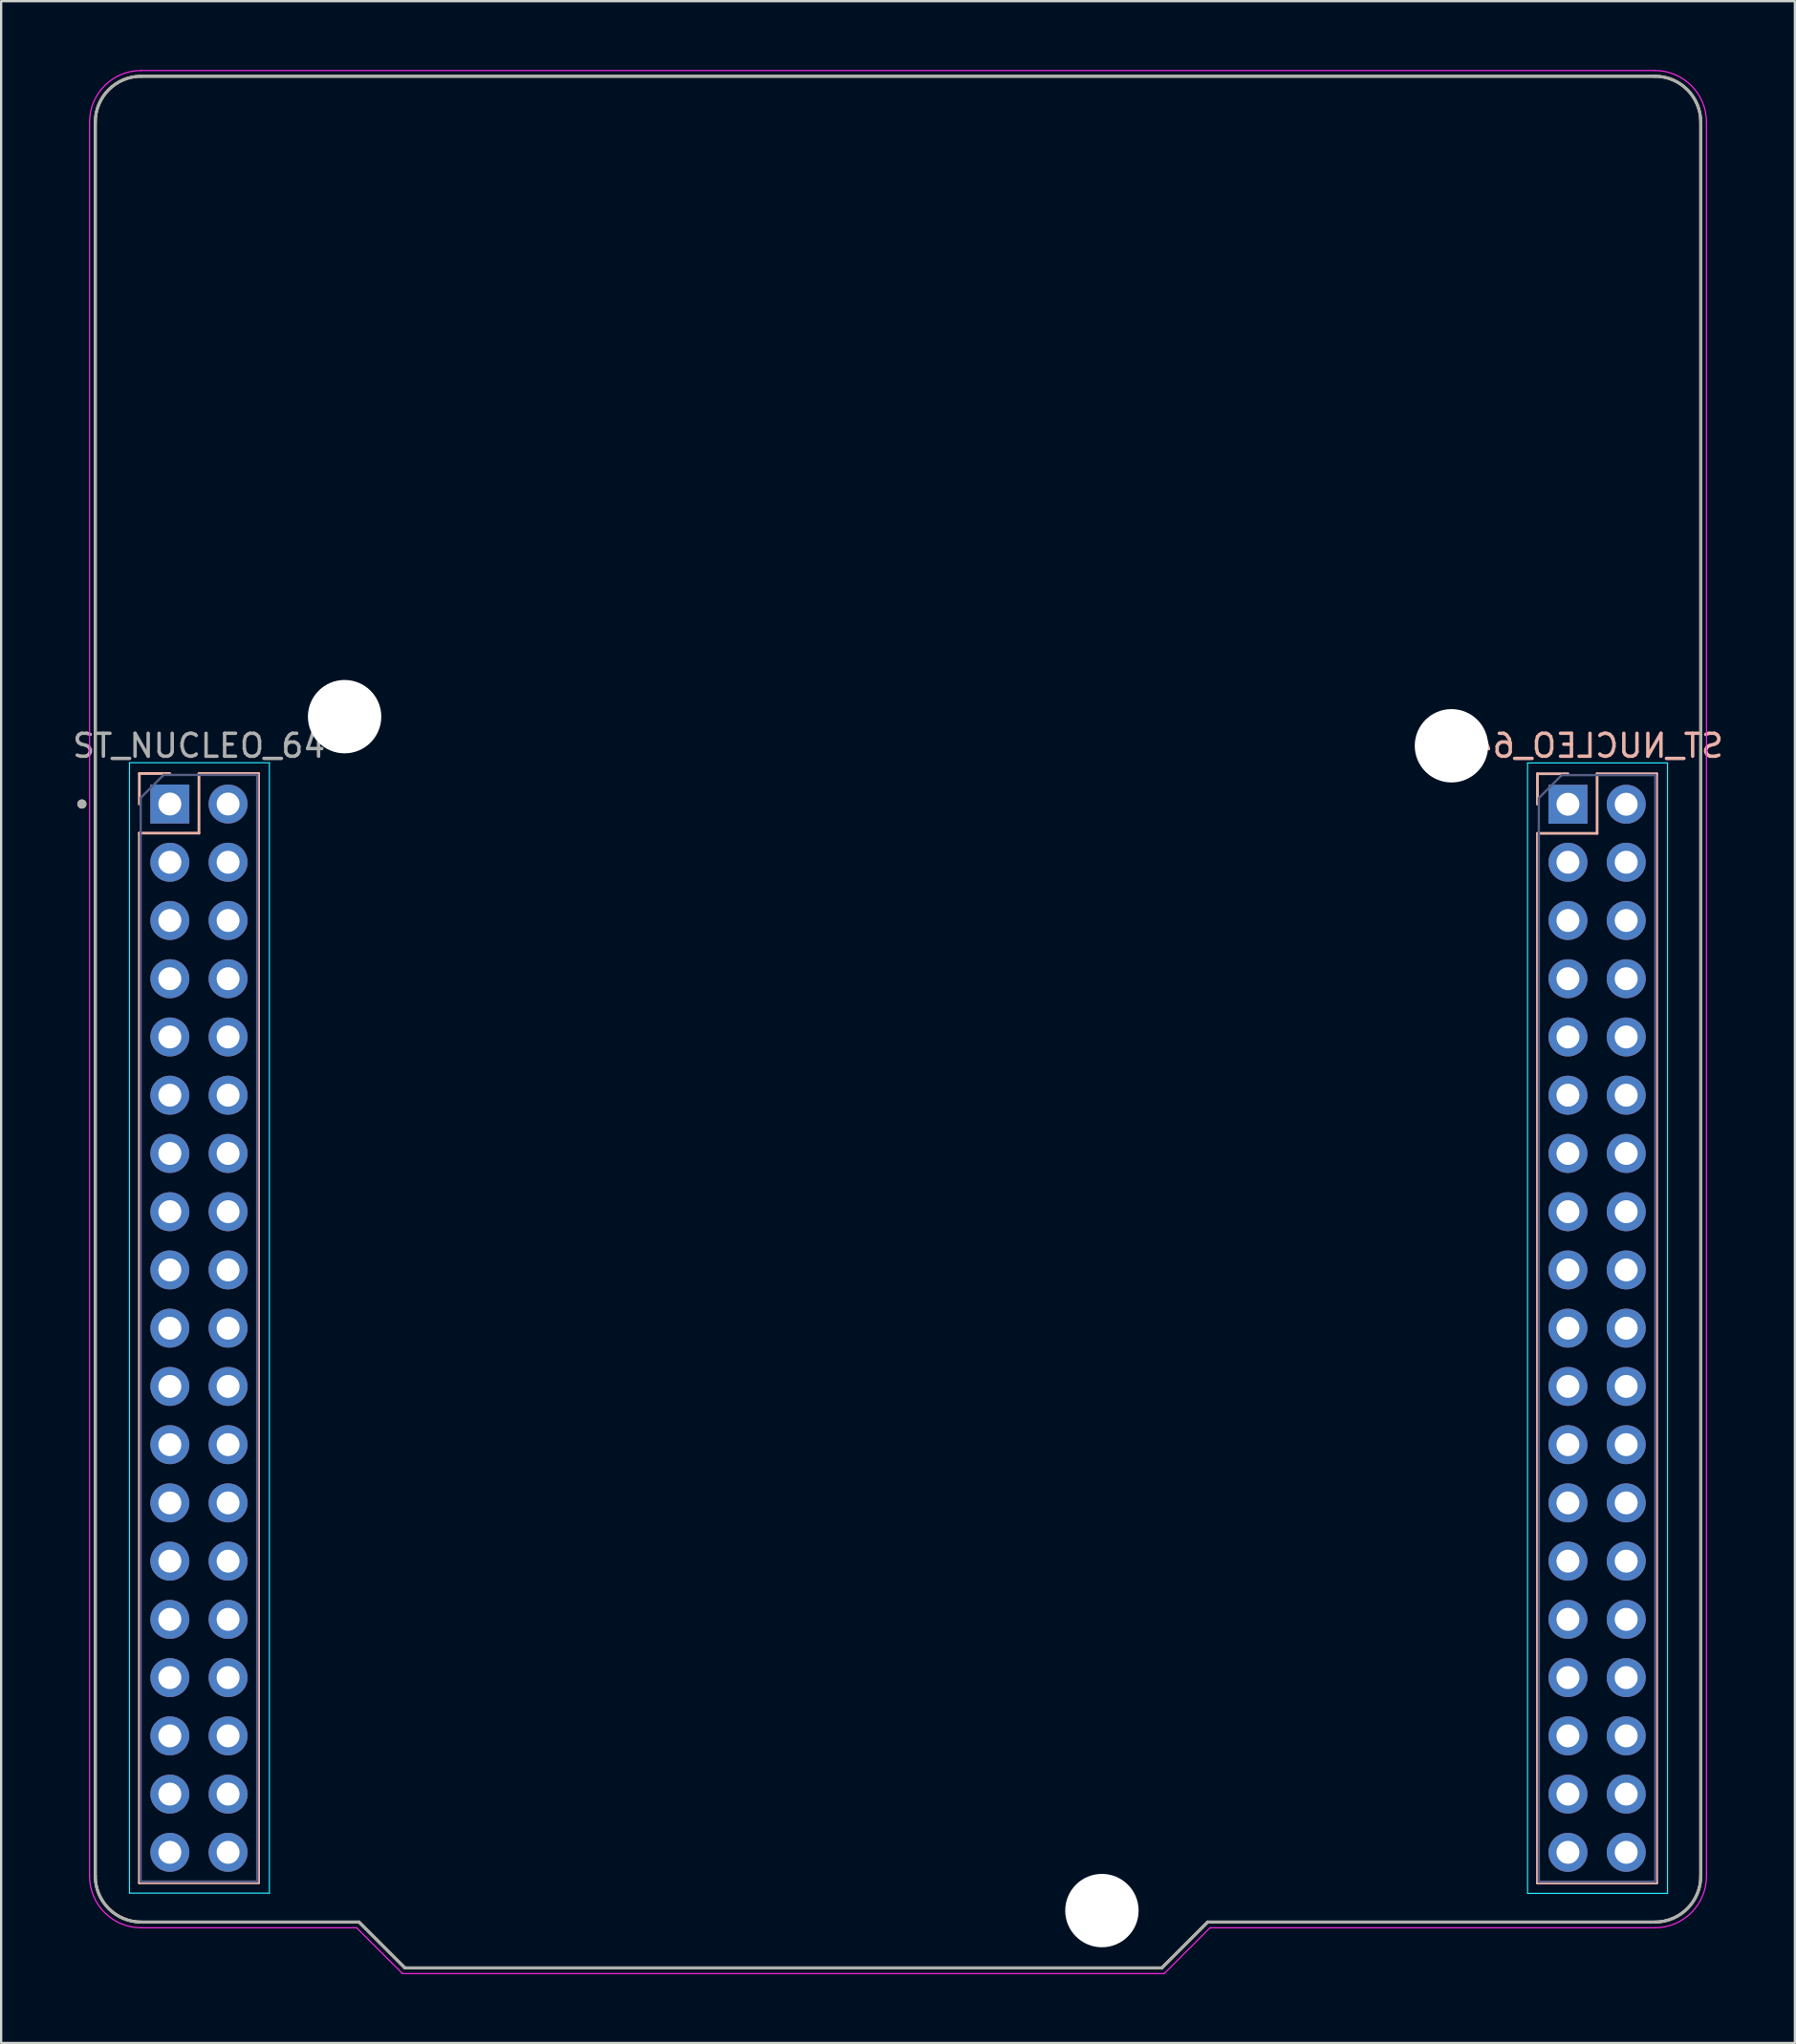
<source format=kicad_pcb>
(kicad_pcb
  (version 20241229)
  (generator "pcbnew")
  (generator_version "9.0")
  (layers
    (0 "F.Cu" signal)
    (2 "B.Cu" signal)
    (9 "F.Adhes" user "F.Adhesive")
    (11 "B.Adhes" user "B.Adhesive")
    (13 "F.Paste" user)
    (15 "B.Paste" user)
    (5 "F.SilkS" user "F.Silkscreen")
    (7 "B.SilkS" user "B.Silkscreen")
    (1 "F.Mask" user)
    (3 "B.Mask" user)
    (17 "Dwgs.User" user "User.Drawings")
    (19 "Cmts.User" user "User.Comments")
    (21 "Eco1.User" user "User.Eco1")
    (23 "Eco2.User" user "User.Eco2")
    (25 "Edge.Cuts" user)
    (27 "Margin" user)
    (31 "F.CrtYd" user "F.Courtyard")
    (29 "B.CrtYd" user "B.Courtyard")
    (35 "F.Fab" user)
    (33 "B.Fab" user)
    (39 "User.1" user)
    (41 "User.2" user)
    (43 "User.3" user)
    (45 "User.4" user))
  (footprint "ST_NUCLEO_64"
    (layer "F.Cu")
    (at 36.105 54.875)
    (property "Reference" "ST_NUCLEO_64" (at 30.48 -25.4 0) (layer "B.SilkS") (effects (font (size 1 1) (thickness 0.15)) (justify mirror)))
    (attr through_hole)
    (fp_line (start -35 -52.6) (end -35 23.9) (stroke (width 0.127) (type solid)) (layer "F.SilkS"))
    (fp_line (start -33 -54.6) (end 33 -54.6) (stroke (width 0.127) (type solid)) (layer "F.SilkS"))
    (fp_line (start -33 25.9) (end -23.5 25.9) (stroke (width 0.127) (type solid)) (layer "F.SilkS"))
    (fp_line (start -23.5 25.9) (end -21.5 27.9) (stroke (width 0.127) (type solid)) (layer "F.SilkS"))
    (fp_line (start -21.5 27.9) (end 11.5 27.9) (stroke (width 0.127) (type solid)) (layer "F.SilkS"))
    (fp_line (start 11.5 27.9) (end 13.5 25.9) (stroke (width 0.127) (type solid)) (layer "F.SilkS"))
    (fp_line (start 13.5 25.9) (end 33 25.9) (stroke (width 0.127) (type solid)) (layer "F.SilkS"))
    (fp_line (start 35 23.9) (end 35 -52.6) (stroke (width 0.127) (type solid)) (layer "F.SilkS"))
    (fp_arc (start -35 -52.6) (mid -34.414214 -54.014214) (end -33 -54.6) (stroke (width 0.127) (type solid)) (layer "F.SilkS"))
    (fp_arc (start -33 25.9) (mid -34.414214 25.314214) (end -35 23.9) (stroke (width 0.127) (type solid)) (layer "F.SilkS"))
    (fp_arc (start 33 -54.6) (mid 34.414214 -54.014214) (end 35 -52.6) (stroke (width 0.127) (type solid)) (layer "F.SilkS"))
    (fp_arc (start 35 23.9) (mid 34.414214 25.314214) (end 33 25.9) (stroke (width 0.127) (type solid)) (layer "F.SilkS"))
    (fp_circle (center -35.585 -22.86) (end -35.485 -22.86) (stroke (width 0.2) (type solid)) (fill no) (layer "F.SilkS"))
    (fp_line (start -33.08 -24.19) (end -33.08 -22.86) (stroke (width 0.12) (type solid)) (layer "B.SilkS"))
    (fp_line (start -33.08 -21.59) (end -33.08 24.19) (stroke (width 0.12) (type solid)) (layer "B.SilkS"))
    (fp_line (start -31.75 -24.19) (end -33.08 -24.19) (stroke (width 0.12) (type solid)) (layer "B.SilkS"))
    (fp_line (start -30.48 -24.19) (end -30.48 -21.59) (stroke (width 0.12) (type solid)) (layer "B.SilkS"))
    (fp_line (start -30.48 -21.59) (end -33.08 -21.59) (stroke (width 0.12) (type solid)) (layer "B.SilkS"))
    (fp_line (start -27.88 -24.19) (end -30.48 -24.19) (stroke (width 0.12) (type solid)) (layer "B.SilkS"))
    (fp_line (start -27.88 -24.19) (end -27.88 24.19) (stroke (width 0.12) (type solid)) (layer "B.SilkS"))
    (fp_line (start -27.88 24.19) (end -33.08 24.19) (stroke (width 0.12) (type solid)) (layer "B.SilkS"))
    (fp_line (start 27.88 -24.18) (end 27.88 -22.85) (stroke (width 0.12) (type solid)) (layer "B.SilkS"))
    (fp_line (start 27.88 -21.58) (end 27.88 24.2) (stroke (width 0.12) (type solid)) (layer "B.SilkS"))
    (fp_line (start 29.21 -24.18) (end 27.88 -24.18) (stroke (width 0.12) (type solid)) (layer "B.SilkS"))
    (fp_line (start 30.48 -24.18) (end 30.48 -21.58) (stroke (width 0.12) (type solid)) (layer "B.SilkS"))
    (fp_line (start 30.48 -21.58) (end 27.88 -21.58) (stroke (width 0.12) (type solid)) (layer "B.SilkS"))
    (fp_line (start 33.08 -24.18) (end 30.48 -24.18) (stroke (width 0.12) (type solid)) (layer "B.SilkS"))
    (fp_line (start 33.08 -24.18) (end 33.08 24.2) (stroke (width 0.12) (type solid)) (layer "B.SilkS"))
    (fp_line (start 33.08 24.2) (end 27.88 24.2) (stroke (width 0.12) (type solid)) (layer "B.SilkS"))
    (fp_line (start -33.51 -24.66) (end -33.51 24.64) (stroke (width 0.05) (type solid)) (layer "B.CrtYd"))
    (fp_line (start -33.51 24.64) (end -27.41 24.64) (stroke (width 0.05) (type solid)) (layer "B.CrtYd"))
    (fp_line (start -27.41 -24.66) (end -33.51 -24.66) (stroke (width 0.05) (type solid)) (layer "B.CrtYd"))
    (fp_line (start -27.41 24.64) (end -27.41 -24.66) (stroke (width 0.05) (type solid)) (layer "B.CrtYd"))
    (fp_line (start 27.45 -24.65) (end 27.45 24.65) (stroke (width 0.05) (type solid)) (layer "B.CrtYd"))
    (fp_line (start 27.45 24.65) (end 33.55 24.65) (stroke (width 0.05) (type solid)) (layer "B.CrtYd"))
    (fp_line (start 33.55 -24.65) (end 27.45 -24.65) (stroke (width 0.05) (type solid)) (layer "B.CrtYd"))
    (fp_line (start 33.55 24.65) (end 33.55 -24.65) (stroke (width 0.05) (type solid)) (layer "B.CrtYd"))
    (fp_line (start -35.25 -52.6) (end -35.25 23.9) (stroke (width 0.05) (type solid)) (layer "F.CrtYd"))
    (fp_line (start -33 -54.85) (end 33 -54.85) (stroke (width 0.05) (type solid)) (layer "F.CrtYd"))
    (fp_line (start -33 26.15) (end -23.604 26.15) (stroke (width 0.05) (type solid)) (layer "F.CrtYd"))
    (fp_line (start -23.604 26.15) (end -21.604 28.15) (stroke (width 0.05) (type solid)) (layer "F.CrtYd"))
    (fp_line (start -21.604 28.15) (end 11.604 28.15) (stroke (width 0.05) (type solid)) (layer "F.CrtYd"))
    (fp_line (start 11.604 28.15) (end 13.604 26.15) (stroke (width 0.05) (type solid)) (layer "F.CrtYd"))
    (fp_line (start 13.604 26.15) (end 33 26.15) (stroke (width 0.05) (type solid)) (layer "F.CrtYd"))
    (fp_line (start 35.25 23.9) (end 35.25 -52.6) (stroke (width 0.05) (type solid)) (layer "F.CrtYd"))
    (fp_arc (start -35.25 -52.6) (mid -34.59099 -54.19099) (end -33 -54.85) (stroke (width 0.05) (type solid)) (layer "F.CrtYd"))
    (fp_arc (start -33 26.15) (mid -34.59099 25.49099) (end -35.25 23.9) (stroke (width 0.05) (type solid)) (layer "F.CrtYd"))
    (fp_arc (start 33 -54.85) (mid 34.59099 -54.19099) (end 35.25 -52.6) (stroke (width 0.05) (type solid)) (layer "F.CrtYd"))
    (fp_arc (start 35.25 23.9) (mid 34.59099 25.49099) (end 33 26.15) (stroke (width 0.05) (type solid)) (layer "F.CrtYd"))
    (fp_line (start -33.02 -23.13) (end -33.02 24.13) (stroke (width 0.1) (type solid)) (layer "B.Fab"))
    (fp_line (start -33.02 24.13) (end -27.94 24.13) (stroke (width 0.1) (type solid)) (layer "B.Fab"))
    (fp_line (start -32.02 -24.13) (end -33.02 -23.13) (stroke (width 0.1) (type solid)) (layer "B.Fab"))
    (fp_line (start -27.94 -24.13) (end -32.02 -24.13) (stroke (width 0.1) (type solid)) (layer "B.Fab"))
    (fp_line (start -27.94 24.13) (end -27.94 -24.13) (stroke (width 0.1) (type solid)) (layer "B.Fab"))
    (fp_line (start 27.94 -23.12) (end 27.94 24.14) (stroke (width 0.1) (type solid)) (layer "B.Fab"))
    (fp_line (start 27.94 24.14) (end 33.02 24.14) (stroke (width 0.1) (type solid)) (layer "B.Fab"))
    (fp_line (start 28.94 -24.12) (end 27.94 -23.12) (stroke (width 0.1) (type solid)) (layer "B.Fab"))
    (fp_line (start 33.02 -24.12) (end 28.94 -24.12) (stroke (width 0.1) (type solid)) (layer "B.Fab"))
    (fp_line (start 33.02 24.14) (end 33.02 -24.12) (stroke (width 0.1) (type solid)) (layer "B.Fab"))
    (fp_line (start -35 -52.6) (end -35 23.9) (stroke (width 0.127) (type solid)) (layer "F.Fab"))
    (fp_line (start -33 -54.6) (end 33 -54.6) (stroke (width 0.127) (type solid)) (layer "F.Fab"))
    (fp_line (start -33 25.9) (end -23.5 25.9) (stroke (width 0.127) (type solid)) (layer "F.Fab"))
    (fp_line (start -23.5 25.9) (end -21.5 27.9) (stroke (width 0.127) (type solid)) (layer "F.Fab"))
    (fp_line (start -21.5 27.9) (end 11.5 27.9) (stroke (width 0.127) (type solid)) (layer "F.Fab"))
    (fp_line (start 11.5 27.9) (end 13.5 25.9) (stroke (width 0.127) (type solid)) (layer "F.Fab"))
    (fp_line (start 13.5 25.9) (end 33 25.9) (stroke (width 0.127) (type solid)) (layer "F.Fab"))
    (fp_line (start 35 23.9) (end 35 -52.6) (stroke (width 0.127) (type solid)) (layer "F.Fab"))
    (fp_arc (start -35 -52.6) (mid -34.414214 -54.014214) (end -33 -54.6) (stroke (width 0.127) (type solid)) (layer "F.Fab"))
    (fp_arc (start -33 25.9) (mid -34.414214 25.314214) (end -35 23.9) (stroke (width 0.127) (type solid)) (layer "F.Fab"))
    (fp_arc (start 33 -54.6) (mid 34.414214 -54.014214) (end 35 -52.6) (stroke (width 0.127) (type solid)) (layer "F.Fab"))
    (fp_arc (start 35 23.9) (mid 34.414214 25.314214) (end 33 25.9) (stroke (width 0.127) (type solid)) (layer "F.Fab"))
    (fp_circle (center -35.585 -22.86) (end -35.485 -22.86) (stroke (width 0.2) (type solid)) (fill no) (layer "F.Fab"))
    (fp_text user "${REFERENCE}" (at -30.48 -25.4 180) (layer "F.Fab") (effects (font (size 1 1) (thickness 0.15))))
    (pad "" np_thru_hole circle (at -24.13 -26.67) (size 3.2 3.2) (drill 3.2) (layers "*.Cu" "*.Mask"))
    (pad "" np_thru_hole circle (at 8.89 25.4) (size 3.2 3.2) (drill 3.2) (layers "*.Cu" "*.Mask"))
    (pad "" np_thru_hole circle (at 24.13 -25.4) (size 3.2 3.2) (drill 3.2) (layers "*.Cu" "*.Mask"))
    (pad "101" thru_hole rect (at -31.75 -22.86) (size 1.7 1.7) (drill 1) (layers "*.Cu" "*.Mask"))
    (pad "102" thru_hole oval (at -29.21 -22.86) (size 1.7 1.7) (drill 1) (layers "*.Cu" "*.Mask"))
    (pad "103" thru_hole oval (at -31.75 -20.32) (size 1.7 1.7) (drill 1) (layers "*.Cu" "*.Mask"))
    (pad "104" thru_hole oval (at -29.21 -20.32) (size 1.7 1.7) (drill 1) (layers "*.Cu" "*.Mask"))
    (pad "105" thru_hole oval (at -31.75 -17.78) (size 1.7 1.7) (drill 1) (layers "*.Cu" "*.Mask"))
    (pad "106" thru_hole oval (at -29.21 -17.78) (size 1.7 1.7) (drill 1) (layers "*.Cu" "*.Mask"))
    (pad "107" thru_hole oval (at -31.75 -15.24) (size 1.7 1.7) (drill 1) (layers "*.Cu" "*.Mask"))
    (pad "108" thru_hole oval (at -29.21 -15.24) (size 1.7 1.7) (drill 1) (layers "*.Cu" "*.Mask"))
    (pad "109" thru_hole oval (at -31.75 -12.7) (size 1.7 1.7) (drill 1) (layers "*.Cu" "*.Mask"))
    (pad "110" thru_hole oval (at -29.21 -12.7) (size 1.7 1.7) (drill 1) (layers "*.Cu" "*.Mask"))
    (pad "111" thru_hole oval (at -31.75 -10.16) (size 1.7 1.7) (drill 1) (layers "*.Cu" "*.Mask"))
    (pad "112" thru_hole oval (at -29.21 -10.16) (size 1.7 1.7) (drill 1) (layers "*.Cu" "*.Mask"))
    (pad "113" thru_hole oval (at -31.75 -7.62) (size 1.7 1.7) (drill 1) (layers "*.Cu" "*.Mask"))
    (pad "114" thru_hole oval (at -29.21 -7.62) (size 1.7 1.7) (drill 1) (layers "*.Cu" "*.Mask"))
    (pad "115" thru_hole oval (at -31.75 -5.08) (size 1.7 1.7) (drill 1) (layers "*.Cu" "*.Mask"))
    (pad "116" thru_hole oval (at -29.21 -5.08) (size 1.7 1.7) (drill 1) (layers "*.Cu" "*.Mask"))
    (pad "117" thru_hole oval (at -31.75 -2.54) (size 1.7 1.7) (drill 1) (layers "*.Cu" "*.Mask"))
    (pad "118" thru_hole oval (at -29.21 -2.54) (size 1.7 1.7) (drill 1) (layers "*.Cu" "*.Mask"))
    (pad "119" thru_hole oval (at -31.75 0) (size 1.7 1.7) (drill 1) (layers "*.Cu" "*.Mask"))
    (pad "120" thru_hole oval (at -29.21 0) (size 1.7 1.7) (drill 1) (layers "*.Cu" "*.Mask"))
    (pad "121" thru_hole oval (at -31.75 2.54) (size 1.7 1.7) (drill 1) (layers "*.Cu" "*.Mask"))
    (pad "122" thru_hole oval (at -29.21 2.54) (size 1.7 1.7) (drill 1) (layers "*.Cu" "*.Mask"))
    (pad "123" thru_hole oval (at -31.75 5.08) (size 1.7 1.7) (drill 1) (layers "*.Cu" "*.Mask"))
    (pad "124" thru_hole oval (at -29.21 5.08) (size 1.7 1.7) (drill 1) (layers "*.Cu" "*.Mask"))
    (pad "125" thru_hole oval (at -31.75 7.62) (size 1.7 1.7) (drill 1) (layers "*.Cu" "*.Mask"))
    (pad "126" thru_hole oval (at -29.21 7.62) (size 1.7 1.7) (drill 1) (layers "*.Cu" "*.Mask"))
    (pad "127" thru_hole oval (at -31.75 10.16) (size 1.7 1.7) (drill 1) (layers "*.Cu" "*.Mask"))
    (pad "128" thru_hole oval (at -29.21 10.16) (size 1.7 1.7) (drill 1) (layers "*.Cu" "*.Mask"))
    (pad "129" thru_hole oval (at -31.75 12.7) (size 1.7 1.7) (drill 1) (layers "*.Cu" "*.Mask"))
    (pad "130" thru_hole oval (at -29.21 12.7) (size 1.7 1.7) (drill 1) (layers "*.Cu" "*.Mask"))
    (pad "131" thru_hole oval (at -31.75 15.24) (size 1.7 1.7) (drill 1) (layers "*.Cu" "*.Mask"))
    (pad "132" thru_hole oval (at -29.21 15.24) (size 1.7 1.7) (drill 1) (layers "*.Cu" "*.Mask"))
    (pad "133" thru_hole oval (at -31.75 17.78) (size 1.7 1.7) (drill 1) (layers "*.Cu" "*.Mask"))
    (pad "134" thru_hole oval (at -29.21 17.78) (size 1.7 1.7) (drill 1) (layers "*.Cu" "*.Mask"))
    (pad "135" thru_hole oval (at -31.75 20.32) (size 1.7 1.7) (drill 1) (layers "*.Cu" "*.Mask"))
    (pad "136" thru_hole oval (at -29.21 20.32) (size 1.7 1.7) (drill 1) (layers "*.Cu" "*.Mask"))
    (pad "137" thru_hole oval (at -31.75 22.86) (size 1.7 1.7) (drill 1) (layers "*.Cu" "*.Mask"))
    (pad "138" thru_hole oval (at -29.21 22.86) (size 1.7 1.7) (drill 1) (layers "*.Cu" "*.Mask"))
    (pad "201" thru_hole rect (at 29.21 -22.85) (size 1.7 1.7) (drill 1) (layers "*.Cu" "*.Mask"))
    (pad "202" thru_hole oval (at 31.75 -22.85) (size 1.7 1.7) (drill 1) (layers "*.Cu" "*.Mask"))
    (pad "203" thru_hole oval (at 29.21 -20.32) (size 1.7 1.7) (drill 1) (layers "*.Cu" "*.Mask"))
    (pad "204" thru_hole oval (at 31.75 -20.32) (size 1.7 1.7) (drill 1) (layers "*.Cu" "*.Mask"))
    (pad "205" thru_hole oval (at 29.21 -17.78) (size 1.7 1.7) (drill 1) (layers "*.Cu" "*.Mask"))
    (pad "206" thru_hole oval (at 31.75 -17.78) (size 1.7 1.7) (drill 1) (layers "*.Cu" "*.Mask"))
    (pad "207" thru_hole oval (at 29.21 -15.24) (size 1.7 1.7) (drill 1) (layers "*.Cu" "*.Mask"))
    (pad "208" thru_hole oval (at 31.75 -15.24) (size 1.7 1.7) (drill 1) (layers "*.Cu" "*.Mask"))
    (pad "209" thru_hole oval (at 29.21 -12.7) (size 1.7 1.7) (drill 1) (layers "*.Cu" "*.Mask"))
    (pad "210" thru_hole oval (at 31.75 -12.7) (size 1.7 1.7) (drill 1) (layers "*.Cu" "*.Mask"))
    (pad "211" thru_hole oval (at 29.21 -10.16) (size 1.7 1.7) (drill 1) (layers "*.Cu" "*.Mask"))
    (pad "212" thru_hole oval (at 31.75 -10.16) (size 1.7 1.7) (drill 1) (layers "*.Cu" "*.Mask"))
    (pad "213" thru_hole oval (at 29.21 -7.62) (size 1.7 1.7) (drill 1) (layers "*.Cu" "*.Mask"))
    (pad "214" thru_hole oval (at 31.75 -7.62) (size 1.7 1.7) (drill 1) (layers "*.Cu" "*.Mask"))
    (pad "215" thru_hole oval (at 29.21 -5.08) (size 1.7 1.7) (drill 1) (layers "*.Cu" "*.Mask"))
    (pad "216" thru_hole oval (at 31.75 -5.08) (size 1.7 1.7) (drill 1) (layers "*.Cu" "*.Mask"))
    (pad "217" thru_hole oval (at 29.21 -2.54) (size 1.7 1.7) (drill 1) (layers "*.Cu" "*.Mask"))
    (pad "218" thru_hole oval (at 31.75 -2.54) (size 1.7 1.7) (drill 1) (layers "*.Cu" "*.Mask"))
    (pad "219" thru_hole oval (at 29.21 0) (size 1.7 1.7) (drill 1) (layers "*.Cu" "*.Mask"))
    (pad "220" thru_hole oval (at 31.75 0) (size 1.7 1.7) (drill 1) (layers "*.Cu" "*.Mask"))
    (pad "221" thru_hole oval (at 29.21 2.54) (size 1.7 1.7) (drill 1) (layers "*.Cu" "*.Mask"))
    (pad "222" thru_hole oval (at 31.75 2.54) (size 1.7 1.7) (drill 1) (layers "*.Cu" "*.Mask"))
    (pad "223" thru_hole oval (at 29.21 5.08) (size 1.7 1.7) (drill 1) (layers "*.Cu" "*.Mask"))
    (pad "224" thru_hole oval (at 31.75 5.08) (size 1.7 1.7) (drill 1) (layers "*.Cu" "*.Mask"))
    (pad "225" thru_hole oval (at 29.21 7.62) (size 1.7 1.7) (drill 1) (layers "*.Cu" "*.Mask"))
    (pad "226" thru_hole oval (at 31.75 7.62) (size 1.7 1.7) (drill 1) (layers "*.Cu" "*.Mask"))
    (pad "227" thru_hole oval (at 29.21 10.16) (size 1.7 1.7) (drill 1) (layers "*.Cu" "*.Mask"))
    (pad "228" thru_hole oval (at 31.75 10.16) (size 1.7 1.7) (drill 1) (layers "*.Cu" "*.Mask"))
    (pad "229" thru_hole oval (at 29.21 12.7) (size 1.7 1.7) (drill 1) (layers "*.Cu" "*.Mask"))
    (pad "230" thru_hole oval (at 31.75 12.7) (size 1.7 1.7) (drill 1) (layers "*.Cu" "*.Mask"))
    (pad "231" thru_hole oval (at 29.21 15.24) (size 1.7 1.7) (drill 1) (layers "*.Cu" "*.Mask"))
    (pad "232" thru_hole oval (at 31.75 15.24) (size 1.7 1.7) (drill 1) (layers "*.Cu" "*.Mask"))
    (pad "233" thru_hole oval (at 29.21 17.78) (size 1.7 1.7) (drill 1) (layers "*.Cu" "*.Mask"))
    (pad "234" thru_hole oval (at 31.75 17.78) (size 1.7 1.7) (drill 1) (layers "*.Cu" "*.Mask"))
    (pad "235" thru_hole oval (at 29.21 20.32) (size 1.7 1.7) (drill 1) (layers "*.Cu" "*.Mask"))
    (pad "236" thru_hole oval (at 31.75 20.32) (size 1.7 1.7) (drill 1) (layers "*.Cu" "*.Mask"))
    (pad "237" thru_hole oval (at 29.21 22.86) (size 1.7 1.7) (drill 1) (layers "*.Cu" "*.Mask"))
    (pad "238" thru_hole oval (at 31.75 22.86) (size 1.7 1.7) (drill 1) (layers "*.Cu" "*.Mask")))
  (gr_rect
    (start -3 -3)
    (end 75.21 86.05)
    (stroke (width 0.1) (type default))
    (fill no)
    (layer "Edge.Cuts")))
</source>
